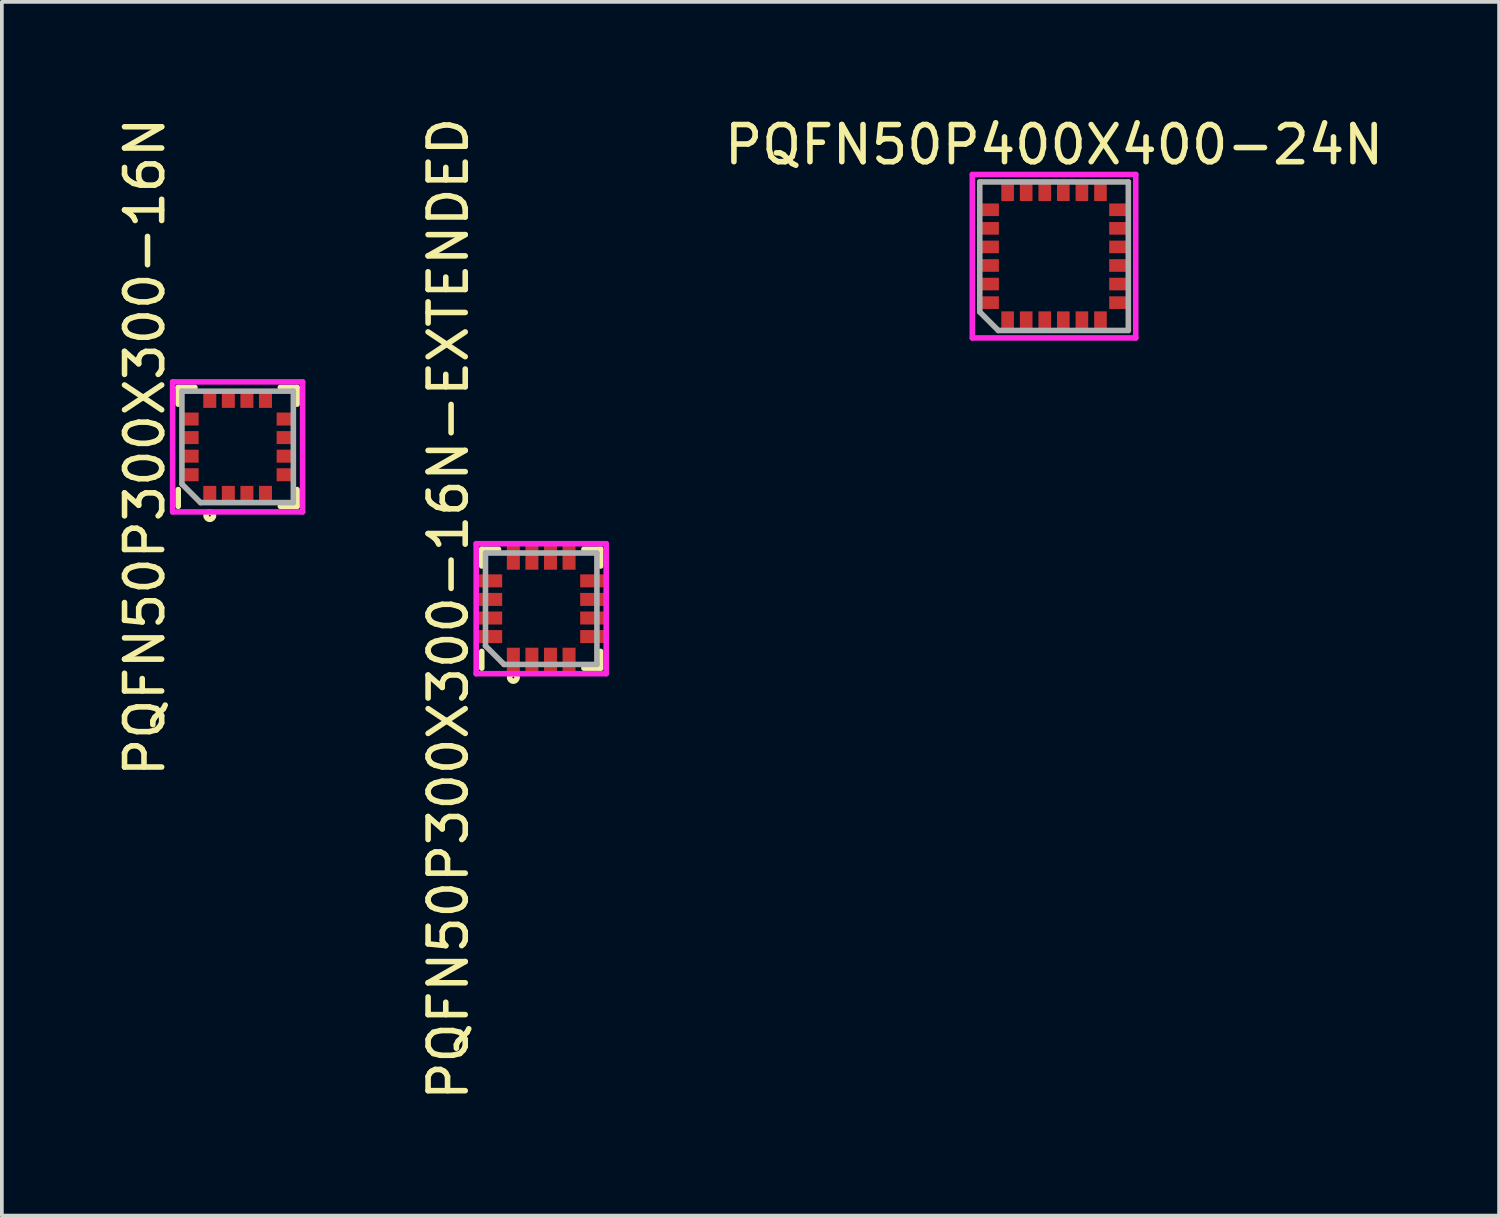
<source format=kicad_pcb>
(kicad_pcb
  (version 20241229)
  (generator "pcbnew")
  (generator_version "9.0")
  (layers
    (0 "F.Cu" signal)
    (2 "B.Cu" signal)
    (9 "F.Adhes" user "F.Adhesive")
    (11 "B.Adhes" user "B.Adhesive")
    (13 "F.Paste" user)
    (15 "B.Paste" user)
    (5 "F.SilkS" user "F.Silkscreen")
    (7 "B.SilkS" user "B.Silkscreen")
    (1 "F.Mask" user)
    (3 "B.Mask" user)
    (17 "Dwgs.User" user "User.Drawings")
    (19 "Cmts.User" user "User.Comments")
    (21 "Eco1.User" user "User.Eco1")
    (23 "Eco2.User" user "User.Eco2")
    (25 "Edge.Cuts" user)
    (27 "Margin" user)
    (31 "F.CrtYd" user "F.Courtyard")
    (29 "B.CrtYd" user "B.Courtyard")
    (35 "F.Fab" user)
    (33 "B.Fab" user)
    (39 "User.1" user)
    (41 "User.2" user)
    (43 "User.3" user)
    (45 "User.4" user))
  (footprint "PQFN50P300X300-16N"
    (layer "F.Cu")
    (at 3.348 8.982)
    (property "Reference" "PQFN50P300X300-16N" (at -2.5 0 90) (layer "F.SilkS") (effects (font (size 1 1) (thickness 0.15))))
    (attr through_hole)
    (fp_line (start -1.6 -1.6) (end -1.15 -1.6) (stroke (width 0.15) (type solid)) (layer "F.SilkS"))
    (fp_line (start -1.6 -1.15) (end -1.6 -1.6) (stroke (width 0.15) (type solid)) (layer "F.SilkS"))
    (fp_line (start -1.6 1.15) (end -1.6 1.6) (stroke (width 0.15) (type solid)) (layer "F.SilkS"))
    (fp_line (start 1.15 -1.6) (end 1.6 -1.6) (stroke (width 0.15) (type solid)) (layer "F.SilkS"))
    (fp_line (start 1.6 -1.6) (end 1.6 -1.15) (stroke (width 0.15) (type solid)) (layer "F.SilkS"))
    (fp_line (start 1.6 1.15) (end 1.6 1.6) (stroke (width 0.15) (type solid)) (layer "F.SilkS"))
    (fp_line (start 1.6 1.6) (end 1.15 1.6) (stroke (width 0.15) (type solid)) (layer "F.SilkS"))
    (fp_circle (center -0.75 1.85) (end -0.75 1.95) (stroke (width 0.15) (type solid)) (fill no) (layer "F.SilkS"))
    (fp_line (start -1.75 -1.75) (end 1.75 -1.75) (stroke (width 0.15) (type solid)) (layer "F.CrtYd"))
    (fp_line (start -1.75 1.75) (end -1.75 -1.75) (stroke (width 0.15) (type solid)) (layer "F.CrtYd"))
    (fp_line (start 1.75 -1.75) (end 1.75 1.75) (stroke (width 0.15) (type solid)) (layer "F.CrtYd"))
    (fp_line (start 1.75 1.75) (end -1.75 1.75) (stroke (width 0.15) (type solid)) (layer "F.CrtYd"))
    (fp_line (start -1.5 -1.5) (end 1.5 -1.5) (stroke (width 0.15) (type solid)) (layer "F.Fab"))
    (fp_line (start -1.5 1) (end -1.5 -1.5) (stroke (width 0.15) (type solid)) (layer "F.Fab"))
    (fp_line (start -1 1.5) (end -1.5 1) (stroke (width 0.15) (type solid)) (layer "F.Fab"))
    (fp_line (start 1.5 -1.5) (end 1.5 1.5) (stroke (width 0.15) (type solid)) (layer "F.Fab"))
    (fp_line (start 1.5 1.5) (end -1 1.5) (stroke (width 0.15) (type solid)) (layer "F.Fab"))
    (pad "1" smd rect (at -0.75 1.275) (size 0.35 0.45) (layers "F.Cu" "F.Mask" "F.Paste"))
    (pad "2" smd rect (at -0.25 1.275) (size 0.35 0.45) (layers "F.Cu" "F.Mask" "F.Paste"))
    (pad "3" smd rect (at 0.25 1.275) (size 0.35 0.45) (layers "F.Cu" "F.Mask" "F.Paste"))
    (pad "4" smd rect (at 0.75 1.275) (size 0.35 0.45) (layers "F.Cu" "F.Mask" "F.Paste"))
    (pad "5" smd rect (at 1.275 0.75 90) (size 0.35 0.45) (layers "F.Cu" "F.Mask" "F.Paste"))
    (pad "6" smd rect (at 1.275 0.25 90) (size 0.35 0.45) (layers "F.Cu" "F.Mask" "F.Paste"))
    (pad "7" smd rect (at 1.275 -0.25 90) (size 0.35 0.45) (layers "F.Cu" "F.Mask" "F.Paste"))
    (pad "8" smd rect (at 1.275 -0.75 90) (size 0.35 0.45) (layers "F.Cu" "F.Mask" "F.Paste"))
    (pad "9" smd rect (at 0.75 -1.275 180) (size 0.35 0.45) (layers "F.Cu" "F.Mask" "F.Paste"))
    (pad "10" smd rect (at 0.25 -1.275 180) (size 0.35 0.45) (layers "F.Cu" "F.Mask" "F.Paste"))
    (pad "11" smd rect (at -0.25 -1.275 180) (size 0.35 0.45) (layers "F.Cu" "F.Mask" "F.Paste"))
    (pad "12" smd rect (at -0.75 -1.275 180) (size 0.35 0.45) (layers "F.Cu" "F.Mask" "F.Paste"))
    (pad "13" smd rect (at -1.275 -0.75 270) (size 0.35 0.45) (layers "F.Cu" "F.Mask" "F.Paste"))
    (pad "14" smd rect (at -1.275 -0.25 270) (size 0.35 0.45) (layers "F.Cu" "F.Mask" "F.Paste"))
    (pad "15" smd rect (at -1.275 0.25 270) (size 0.35 0.45) (layers "F.Cu" "F.Mask" "F.Paste"))
    (pad "16" smd rect (at -1.275 0.75 270) (size 0.35 0.45) (layers "F.Cu" "F.Mask" "F.Paste")))
  (footprint "PQFN50P300X300-16N-EXTENDED"
    (layer "F.Cu")
    (at 11.521 13.339)
    (property "Reference" "PQFN50P300X300-16N-EXTENDED" (at -2.5 0 90) (layer "F.SilkS") (effects (font (size 1 1) (thickness 0.15))))
    (attr through_hole)
    (fp_line (start -1.6 -1.6) (end -1.15 -1.6) (stroke (width 0.15) (type solid)) (layer "F.SilkS"))
    (fp_line (start -1.6 -1.15) (end -1.6 -1.6) (stroke (width 0.15) (type solid)) (layer "F.SilkS"))
    (fp_line (start -1.6 1.15) (end -1.6 1.6) (stroke (width 0.15) (type solid)) (layer "F.SilkS"))
    (fp_line (start 1.15 -1.6) (end 1.6 -1.6) (stroke (width 0.15) (type solid)) (layer "F.SilkS"))
    (fp_line (start 1.6 -1.6) (end 1.6 -1.15) (stroke (width 0.15) (type solid)) (layer "F.SilkS"))
    (fp_line (start 1.6 1.15) (end 1.6 1.6) (stroke (width 0.15) (type solid)) (layer "F.SilkS"))
    (fp_line (start 1.6 1.6) (end 1.15 1.6) (stroke (width 0.15) (type solid)) (layer "F.SilkS"))
    (fp_circle (center -0.75 1.85) (end -0.75 1.95) (stroke (width 0.15) (type solid)) (fill no) (layer "F.SilkS"))
    (fp_line (start -1.75 -1.75) (end 1.75 -1.75) (stroke (width 0.15) (type solid)) (layer "F.CrtYd"))
    (fp_line (start -1.75 1.75) (end -1.75 -1.75) (stroke (width 0.15) (type solid)) (layer "F.CrtYd"))
    (fp_line (start 1.75 -1.75) (end 1.75 1.75) (stroke (width 0.15) (type solid)) (layer "F.CrtYd"))
    (fp_line (start 1.75 1.75) (end -1.75 1.75) (stroke (width 0.15) (type solid)) (layer "F.CrtYd"))
    (fp_line (start -1.5 -1.5) (end 1.5 -1.5) (stroke (width 0.15) (type solid)) (layer "F.Fab"))
    (fp_line (start -1.5 1) (end -1.5 -1.5) (stroke (width 0.15) (type solid)) (layer "F.Fab"))
    (fp_line (start -1 1.5) (end -1.5 1) (stroke (width 0.15) (type solid)) (layer "F.Fab"))
    (fp_line (start 1.5 -1.5) (end 1.5 1.5) (stroke (width 0.15) (type solid)) (layer "F.Fab"))
    (fp_line (start 1.5 1.5) (end -1 1.5) (stroke (width 0.15) (type solid)) (layer "F.Fab"))
    (pad "1" smd rect (at -0.75 1.375) (size 0.35 0.65) (layers "F.Cu" "F.Mask" "F.Paste"))
    (pad "2" smd rect (at -0.25 1.375) (size 0.35 0.65) (layers "F.Cu" "F.Mask" "F.Paste"))
    (pad "3" smd rect (at 0.25 1.375) (size 0.35 0.65) (layers "F.Cu" "F.Mask" "F.Paste"))
    (pad "4" smd rect (at 0.75 1.375) (size 0.35 0.65) (layers "F.Cu" "F.Mask" "F.Paste"))
    (pad "5" smd rect (at 1.375 0.75 90) (size 0.35 0.65) (layers "F.Cu" "F.Mask" "F.Paste"))
    (pad "6" smd rect (at 1.375 0.25 90) (size 0.35 0.65) (layers "F.Cu" "F.Mask" "F.Paste"))
    (pad "7" smd rect (at 1.375 -0.25 90) (size 0.35 0.65) (layers "F.Cu" "F.Mask" "F.Paste"))
    (pad "8" smd rect (at 1.375 -0.75 90) (size 0.35 0.65) (layers "F.Cu" "F.Mask" "F.Paste"))
    (pad "9" smd rect (at 0.75 -1.375 180) (size 0.35 0.65) (layers "F.Cu" "F.Mask" "F.Paste"))
    (pad "10" smd rect (at 0.25 -1.375 180) (size 0.35 0.65) (layers "F.Cu" "F.Mask" "F.Paste"))
    (pad "11" smd rect (at -0.25 -1.375 180) (size 0.35 0.65) (layers "F.Cu" "F.Mask" "F.Paste"))
    (pad "12" smd rect (at -0.75 -1.375 180) (size 0.35 0.65) (layers "F.Cu" "F.Mask" "F.Paste"))
    (pad "13" smd rect (at -1.375 -0.75 270) (size 0.35 0.65) (layers "F.Cu" "F.Mask" "F.Paste"))
    (pad "14" smd rect (at -1.375 -0.25 270) (size 0.35 0.65) (layers "F.Cu" "F.Mask" "F.Paste"))
    (pad "15" smd rect (at -1.375 0.25 270) (size 0.35 0.65) (layers "F.Cu" "F.Mask" "F.Paste"))
    (pad "16" smd rect (at -1.375 0.75 270) (size 0.35 0.65) (layers "F.Cu" "F.Mask" "F.Paste")))
  (footprint "PQFN50P400X400-24N"
    (layer "F.Cu")
    (at 25.329 3.848)
    (property "Reference" "PQFN50P400X400-24N" (at 0 -3 0) (layer "F.SilkS") (effects (font (size 1 1) (thickness 0.15))))
    (attr through_hole)
    (fp_line (start -2.2 -2.2) (end 2.2 -2.2) (stroke (width 0.15) (type solid)) (layer "F.CrtYd"))
    (fp_line (start -2.2 2.2) (end -2.2 -2.2) (stroke (width 0.15) (type solid)) (layer "F.CrtYd"))
    (fp_line (start 2.2 -2.2) (end 2.2 2.2) (stroke (width 0.15) (type solid)) (layer "F.CrtYd"))
    (fp_line (start 2.2 2.2) (end -2.2 2.2) (stroke (width 0.15) (type solid)) (layer "F.CrtYd"))
    (fp_line (start -2 -2) (end 2 -2) (stroke (width 0.15) (type solid)) (layer "F.Fab"))
    (fp_line (start -2 1.5) (end -2 -2) (stroke (width 0.15) (type solid)) (layer "F.Fab"))
    (fp_line (start -1.5 2) (end -2 1.5) (stroke (width 0.15) (type solid)) (layer "F.Fab"))
    (fp_line (start 2 -2) (end 2 2) (stroke (width 0.15) (type solid)) (layer "F.Fab"))
    (fp_line (start 2 2) (end -1.5 2) (stroke (width 0.15) (type solid)) (layer "F.Fab"))
    (pad "1" smd rect (at -1.25 1.715 270) (size 0.46 0.34) (layers "F.Cu" "F.Mask" "F.Paste"))
    (pad "2" smd rect (at -0.75 1.715 270) (size 0.46 0.34) (layers "F.Cu" "F.Mask" "F.Paste"))
    (pad "3" smd rect (at -0.25 1.715 270) (size 0.46 0.34) (layers "F.Cu" "F.Mask" "F.Paste"))
    (pad "4" smd rect (at 0.25 1.715 270) (size 0.46 0.34) (layers "F.Cu" "F.Mask" "F.Paste"))
    (pad "5" smd rect (at 0.75 1.715 270) (size 0.46 0.34) (layers "F.Cu" "F.Mask" "F.Paste"))
    (pad "6" smd rect (at 1.25 1.715 270) (size 0.46 0.34) (layers "F.Cu" "F.Mask" "F.Paste"))
    (pad "7" smd rect (at 1.715 1.25) (size 0.46 0.34) (layers "F.Cu" "F.Mask" "F.Paste"))
    (pad "8" smd rect (at 1.715 0.75) (size 0.46 0.34) (layers "F.Cu" "F.Mask" "F.Paste"))
    (pad "9" smd rect (at 1.715 0.25) (size 0.46 0.34) (layers "F.Cu" "F.Mask" "F.Paste"))
    (pad "10" smd rect (at 1.715 -0.25) (size 0.46 0.34) (layers "F.Cu" "F.Mask" "F.Paste"))
    (pad "11" smd rect (at 1.715 -0.75) (size 0.46 0.34) (layers "F.Cu" "F.Mask" "F.Paste"))
    (pad "12" smd rect (at 1.715 -1.25) (size 0.46 0.34) (layers "F.Cu" "F.Mask" "F.Paste"))
    (pad "13" smd rect (at 1.25 -1.715 90) (size 0.46 0.34) (layers "F.Cu" "F.Mask" "F.Paste"))
    (pad "14" smd rect (at 0.75 -1.715 90) (size 0.46 0.34) (layers "F.Cu" "F.Mask" "F.Paste"))
    (pad "15" smd rect (at 0.25 -1.715 90) (size 0.46 0.34) (layers "F.Cu" "F.Mask" "F.Paste"))
    (pad "16" smd rect (at -0.25 -1.715 90) (size 0.46 0.34) (layers "F.Cu" "F.Mask" "F.Paste"))
    (pad "17" smd rect (at -0.75 -1.715 90) (size 0.46 0.34) (layers "F.Cu" "F.Mask" "F.Paste"))
    (pad "18" smd rect (at -1.25 -1.715 90) (size 0.46 0.34) (layers "F.Cu" "F.Mask" "F.Paste"))
    (pad "19" smd rect (at -1.715 -1.25 180) (size 0.46 0.34) (layers "F.Cu" "F.Mask" "F.Paste"))
    (pad "20" smd rect (at -1.715 -0.75 180) (size 0.46 0.34) (layers "F.Cu" "F.Mask" "F.Paste"))
    (pad "21" smd rect (at -1.715 -0.25 180) (size 0.46 0.34) (layers "F.Cu" "F.Mask" "F.Paste"))
    (pad "22" smd rect (at -1.715 0.25 180) (size 0.46 0.34) (layers "F.Cu" "F.Mask" "F.Paste"))
    (pad "23" smd rect (at -1.715 0.75 180) (size 0.46 0.34) (layers "F.Cu" "F.Mask" "F.Paste"))
    (pad "24" smd rect (at -1.715 1.25 180) (size 0.46 0.34) (layers "F.Cu" "F.Mask" "F.Paste")))
  (gr_rect
    (start -3 -3)
    (end 37.311 29.679)
    (stroke (width 0.1) (type default))
    (fill no)
    (layer "Edge.Cuts")))
</source>
